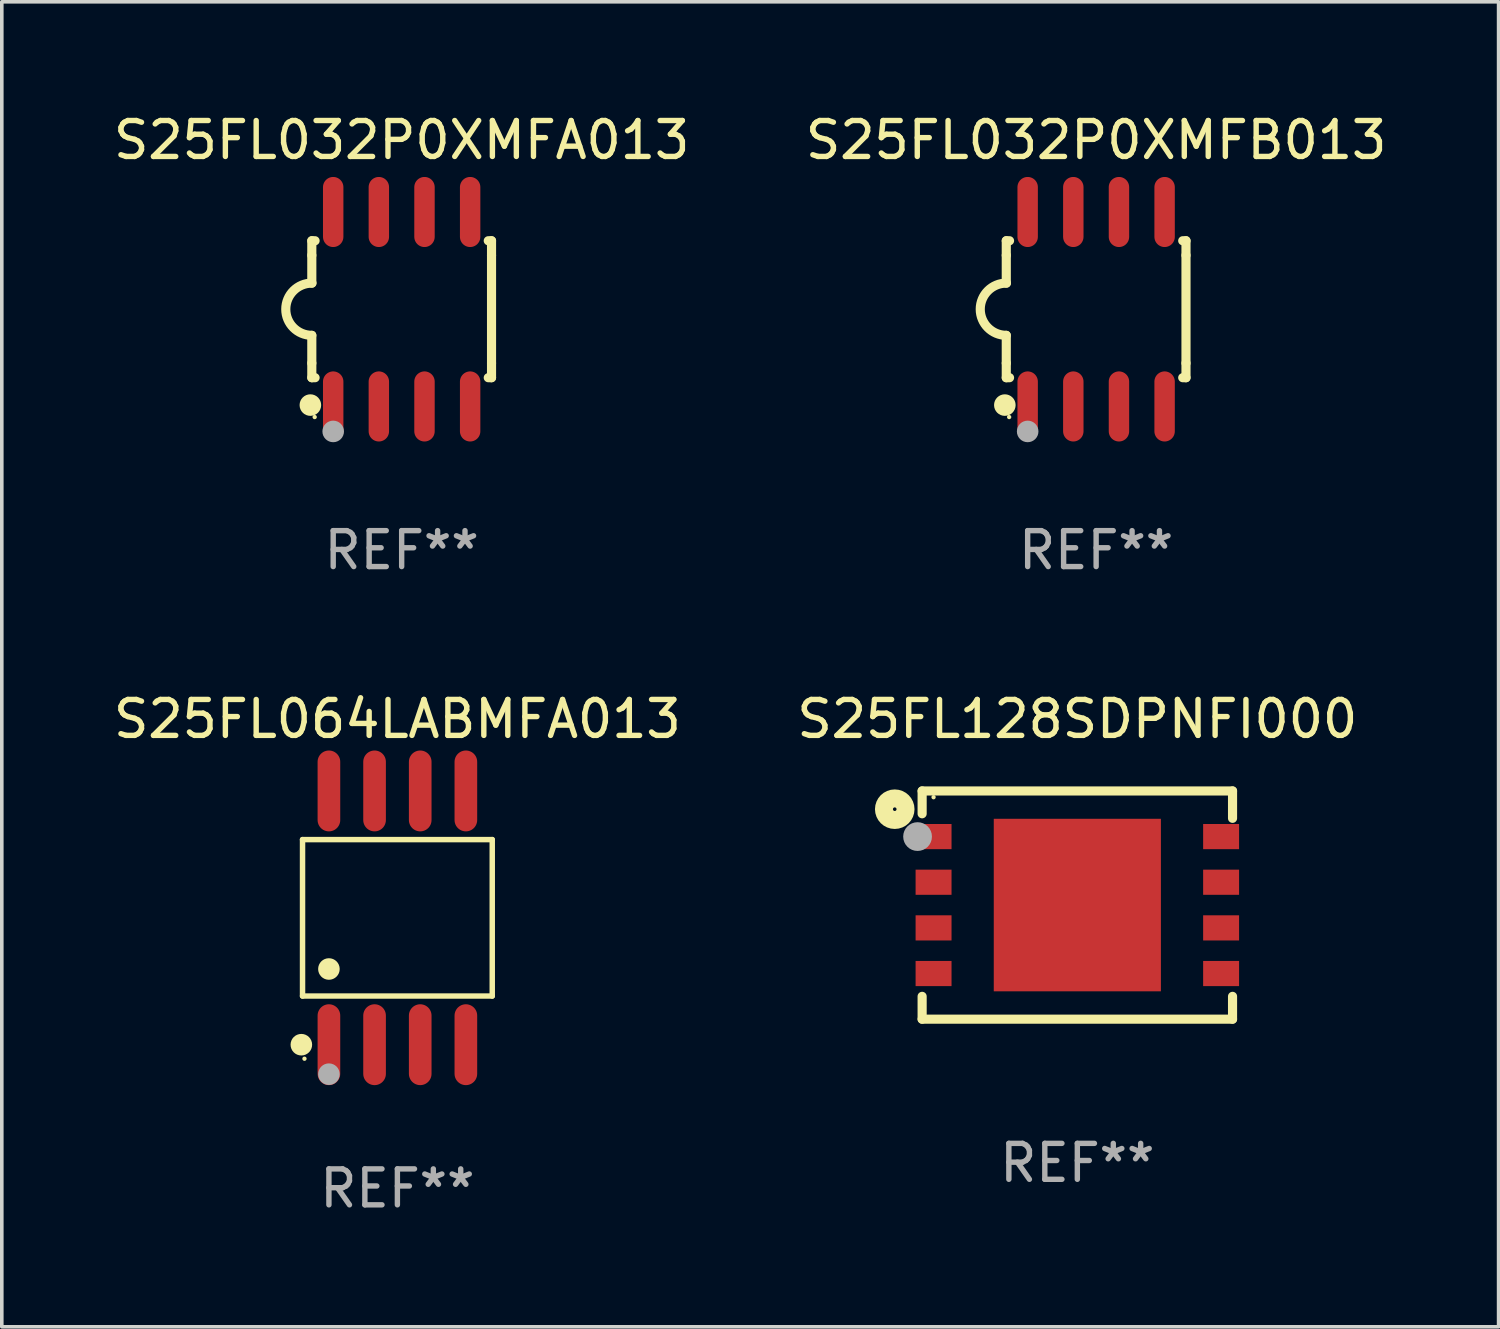
<source format=kicad_pcb>
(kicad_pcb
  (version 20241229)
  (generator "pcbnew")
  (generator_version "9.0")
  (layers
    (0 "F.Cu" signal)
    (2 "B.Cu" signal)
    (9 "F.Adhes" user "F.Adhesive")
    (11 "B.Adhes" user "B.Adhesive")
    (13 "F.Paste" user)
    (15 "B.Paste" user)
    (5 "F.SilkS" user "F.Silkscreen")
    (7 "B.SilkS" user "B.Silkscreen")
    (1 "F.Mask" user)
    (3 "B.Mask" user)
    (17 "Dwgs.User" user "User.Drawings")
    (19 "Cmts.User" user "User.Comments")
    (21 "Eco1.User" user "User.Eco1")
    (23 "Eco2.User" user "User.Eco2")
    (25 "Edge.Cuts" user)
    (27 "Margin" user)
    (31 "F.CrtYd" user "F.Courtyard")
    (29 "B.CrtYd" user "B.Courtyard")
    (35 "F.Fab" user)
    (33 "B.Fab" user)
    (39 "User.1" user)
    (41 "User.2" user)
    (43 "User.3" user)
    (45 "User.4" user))
  (footprint "S25FL128SDPNFI000"
    (layer "F.Cu")
    (at 26.923 22.13)
    (property "Reference" "S25FL128SDPNFI000" (at 0 -5.175 0) (layer "F.SilkS") (effects (font (size 1 1) (thickness 0.15))))
    (attr through_hole)
    (fp_line (start -4.318 -3.175) (end 4.318 -3.175) (stroke (width 0.254) (type solid)) (layer "F.SilkS"))
    (fp_line (start -4.318 -2.54) (end -4.318 -3.175) (stroke (width 0.254) (type solid)) (layer "F.SilkS"))
    (fp_line (start -4.318 2.54) (end -4.318 3.175) (stroke (width 0.254) (type solid)) (layer "F.SilkS"))
    (fp_line (start -4.318 3.175) (end 4.318 3.175) (stroke (width 0.254) (type solid)) (layer "F.SilkS"))
    (fp_line (start 4.318 -3.175) (end 4.318 -2.413) (stroke (width 0.254) (type solid)) (layer "F.SilkS"))
    (fp_line (start 4.318 3.175) (end 4.318 2.54) (stroke (width 0.254) (type solid)) (layer "F.SilkS"))
    (fp_circle (center -5.08 -2.667) (end -4.78 -2.667) (stroke (width 0.5) (type solid)) (fill no) (layer "F.SilkS"))
    (fp_circle (center -4 -3) (end -3.97 -3) (stroke (width 0.06) (type solid)) (fill no) (layer "F.SilkS"))
    (fp_circle (center -4.445 -1.905) (end -4.245 -1.905) (stroke (width 0.4) (type solid)) (fill no) (layer "F.Fab"))
    (fp_text user "REF**" (at 0 7.175 0) (layer "F.Fab") (effects (font (size 1 1) (thickness 0.15))))
    (pad "1" smd rect (at -4 -1.905 270) (size 0.7 1) (layers "F.Cu" "F.Mask" "F.Paste"))
    (pad "2" smd rect (at -4 -0.635 270) (size 0.7 1) (layers "F.Cu" "F.Mask" "F.Paste"))
    (pad "3" smd rect (at -4 0.635 270) (size 0.7 1) (layers "F.Cu" "F.Mask" "F.Paste"))
    (pad "4" smd rect (at -4 1.905 270) (size 0.7 1) (layers "F.Cu" "F.Mask" "F.Paste"))
    (pad "5" smd rect (at 4 1.905 90) (size 0.7 1) (layers "F.Cu" "F.Mask" "F.Paste"))
    (pad "6" smd rect (at 4 0.635 90) (size 0.7 1) (layers "F.Cu" "F.Mask" "F.Paste"))
    (pad "7" smd rect (at 4 -0.635 90) (size 0.7 1) (layers "F.Cu" "F.Mask" "F.Paste"))
    (pad "8" smd rect (at 4 -1.905 90) (size 0.7 1) (layers "F.Cu" "F.Mask" "F.Paste"))
    (pad "9" smd rect (at 0 0 180) (size 4.65 4.8) (layers "F.Cu" "F.Mask" "F.Paste")))
  (footprint "S25FL032P0XMFA013"
    (layer "F.Cu")
    (at 8.125 5.553)
    (property "Reference" "S25FL032P0XMFA013" (at 0 -4.705 0) (layer "F.SilkS") (effects (font (size 1 1) (thickness 0.15))))
    (attr through_hole)
    (fp_line (start -2.5 -1.905) (end -2.409 -1.905) (stroke (width 0.254) (type solid)) (layer "F.SilkS"))
    (fp_line (start -2.5 -1.5) (end -2.5 -1.905) (stroke (width 0.254) (type solid)) (layer "F.SilkS"))
    (fp_line (start -2.5 -1.5) (end -2.5 -0.726) (stroke (width 0.254) (type solid)) (layer "F.SilkS"))
    (fp_line (start -2.5 1.5) (end -2.5 0.727) (stroke (width 0.254) (type solid)) (layer "F.SilkS"))
    (fp_line (start -2.5 1.5) (end -2.5 1.905) (stroke (width 0.254) (type solid)) (layer "F.SilkS"))
    (fp_line (start -2.5 1.905) (end -2.409 1.905) (stroke (width 0.254) (type solid)) (layer "F.SilkS"))
    (fp_line (start 2.5 -1.905) (end 2.409 -1.905) (stroke (width 0.254) (type solid)) (layer "F.SilkS"))
    (fp_line (start 2.5 -1.5) (end 2.5 -1.905) (stroke (width 0.254) (type solid)) (layer "F.SilkS"))
    (fp_line (start 2.5 -1.5) (end 2.5 1.5) (stroke (width 0.254) (type solid)) (layer "F.SilkS"))
    (fp_line (start 2.5 1.5) (end 2.5 1.905) (stroke (width 0.254) (type solid)) (layer "F.SilkS"))
    (fp_line (start 2.5 1.905) (end 2.409 1.905) (stroke (width 0.254) (type solid)) (layer "F.SilkS"))
    (fp_arc (start -2.5 0.726568) (mid -3.220316 -0.0023) (end -2.495097 -0.726289) (stroke (width 0.254001) (type solid)) (layer "F.SilkS"))
    (fp_circle (center -2.54 2.667) (end -2.39 2.667) (stroke (width 0.3) (type solid)) (fill no) (layer "F.SilkS"))
    (fp_circle (center -2.42 3) (end -2.39 3) (stroke (width 0.06) (type solid)) (fill no) (layer "F.SilkS"))
    (fp_circle (center -1.905 3.4) (end -1.755 3.4) (stroke (width 0.3) (type solid)) (fill no) (layer "F.Fab"))
    (fp_text user "REF**" (at 0 6.705 0) (layer "F.Fab") (effects (font (size 1 1) (thickness 0.15))))
    (pad "1" smd oval (at -1.905 2.705) (size 0.568 1.95) (layers "F.Cu" "F.Mask" "F.Paste"))
    (pad "2" smd oval (at -0.635 2.705) (size 0.568 1.95) (layers "F.Cu" "F.Mask" "F.Paste"))
    (pad "3" smd oval (at 0.635 2.705) (size 0.568 1.95) (layers "F.Cu" "F.Mask" "F.Paste"))
    (pad "4" smd oval (at 1.905 2.705) (size 0.568 1.95) (layers "F.Cu" "F.Mask" "F.Paste"))
    (pad "5" smd oval (at 1.905 -2.705) (size 0.568 1.95) (layers "F.Cu" "F.Mask" "F.Paste"))
    (pad "6" smd oval (at 0.635 -2.705) (size 0.568 1.95) (layers "F.Cu" "F.Mask" "F.Paste"))
    (pad "7" smd oval (at -0.635 -2.705) (size 0.568 1.95) (layers "F.Cu" "F.Mask" "F.Paste"))
    (pad "8" smd oval (at -1.905 -2.705) (size 0.568 1.95) (layers "F.Cu" "F.Mask" "F.Paste")))
  (footprint "S25FL032P0XMFB013"
    (layer "F.Cu")
    (at 27.446 5.553)
    (property "Reference" "S25FL032P0XMFB013" (at 0 -4.705 0) (layer "F.SilkS") (effects (font (size 1 1) (thickness 0.15))))
    (attr through_hole)
    (fp_line (start -2.5 -1.905) (end -2.409 -1.905) (stroke (width 0.254) (type solid)) (layer "F.SilkS"))
    (fp_line (start -2.5 -1.5) (end -2.5 -1.905) (stroke (width 0.254) (type solid)) (layer "F.SilkS"))
    (fp_line (start -2.5 -1.5) (end -2.5 -0.726) (stroke (width 0.254) (type solid)) (layer "F.SilkS"))
    (fp_line (start -2.5 1.5) (end -2.5 0.727) (stroke (width 0.254) (type solid)) (layer "F.SilkS"))
    (fp_line (start -2.5 1.5) (end -2.5 1.905) (stroke (width 0.254) (type solid)) (layer "F.SilkS"))
    (fp_line (start -2.5 1.905) (end -2.409 1.905) (stroke (width 0.254) (type solid)) (layer "F.SilkS"))
    (fp_line (start 2.5 -1.905) (end 2.409 -1.905) (stroke (width 0.254) (type solid)) (layer "F.SilkS"))
    (fp_line (start 2.5 -1.5) (end 2.5 -1.905) (stroke (width 0.254) (type solid)) (layer "F.SilkS"))
    (fp_line (start 2.5 -1.5) (end 2.5 1.5) (stroke (width 0.254) (type solid)) (layer "F.SilkS"))
    (fp_line (start 2.5 1.5) (end 2.5 1.905) (stroke (width 0.254) (type solid)) (layer "F.SilkS"))
    (fp_line (start 2.5 1.905) (end 2.409 1.905) (stroke (width 0.254) (type solid)) (layer "F.SilkS"))
    (fp_arc (start -2.5 0.726568) (mid -3.220316 -0.0023) (end -2.495097 -0.726289) (stroke (width 0.254001) (type solid)) (layer "F.SilkS"))
    (fp_circle (center -2.54 2.667) (end -2.39 2.667) (stroke (width 0.3) (type solid)) (fill no) (layer "F.SilkS"))
    (fp_circle (center -2.42 3) (end -2.39 3) (stroke (width 0.06) (type solid)) (fill no) (layer "F.SilkS"))
    (fp_circle (center -1.905 3.4) (end -1.755 3.4) (stroke (width 0.3) (type solid)) (fill no) (layer "F.Fab"))
    (fp_text user "REF**" (at 0 6.705 0) (layer "F.Fab") (effects (font (size 1 1) (thickness 0.15))))
    (pad "1" smd oval (at -1.905 2.705) (size 0.568 1.95) (layers "F.Cu" "F.Mask" "F.Paste"))
    (pad "2" smd oval (at -0.635 2.705) (size 0.568 1.95) (layers "F.Cu" "F.Mask" "F.Paste"))
    (pad "3" smd oval (at 0.635 2.705) (size 0.568 1.95) (layers "F.Cu" "F.Mask" "F.Paste"))
    (pad "4" smd oval (at 1.905 2.705) (size 0.568 1.95) (layers "F.Cu" "F.Mask" "F.Paste"))
    (pad "5" smd oval (at 1.905 -2.705) (size 0.568 1.95) (layers "F.Cu" "F.Mask" "F.Paste"))
    (pad "6" smd oval (at 0.635 -2.705) (size 0.568 1.95) (layers "F.Cu" "F.Mask" "F.Paste"))
    (pad "7" smd oval (at -0.635 -2.705) (size 0.568 1.95) (layers "F.Cu" "F.Mask" "F.Paste"))
    (pad "8" smd oval (at -1.905 -2.705) (size 0.568 1.95) (layers "F.Cu" "F.Mask" "F.Paste")))
  (footprint "S25FL064LABMFA013"
    (layer "F.Cu")
    (at 8.006 22.485)
    (property "Reference" "S25FL064LABMFA013" (at 0 -5.53 0) (layer "F.SilkS") (effects (font (size 1 1) (thickness 0.15))))
    (attr through_hole)
    (fp_line (start -2.639 -2.176) (end 2.639 -2.176) (stroke (width 0.152) (type solid)) (layer "F.SilkS"))
    (fp_line (start -2.639 2.176) (end -2.639 -2.176) (stroke (width 0.152) (type solid)) (layer "F.SilkS"))
    (fp_line (start 2.639 -2.176) (end 2.639 2.176) (stroke (width 0.152) (type solid)) (layer "F.SilkS"))
    (fp_line (start 2.639 2.176) (end -2.639 2.176) (stroke (width 0.152) (type solid)) (layer "F.SilkS"))
    (fp_circle (center -2.672 3.53) (end -2.522 3.53) (stroke (width 0.3) (type solid)) (fill no) (layer "F.SilkS"))
    (fp_circle (center -2.585 3.92) (end -2.555 3.92) (stroke (width 0.06) (type solid)) (fill no) (layer "F.SilkS"))
    (fp_circle (center -1.905 1.424) (end -1.755 1.424) (stroke (width 0.3) (type solid)) (fill no) (layer "F.SilkS"))
    (fp_circle (center -1.905 4.35) (end -1.755 4.35) (stroke (width 0.3) (type solid)) (fill no) (layer "F.Fab"))
    (fp_text user "REF**" (at 0 7.53 0) (layer "F.Fab") (effects (font (size 1 1) (thickness 0.15))))
    (pad "1" smd oval (at -1.905 3.53) (size 0.63 2.25) (layers "F.Cu" "F.Mask" "F.Paste"))
    (pad "2" smd oval (at -0.635 3.53) (size 0.63 2.25) (layers "F.Cu" "F.Mask" "F.Paste"))
    (pad "3" smd oval (at 0.635 3.53) (size 0.63 2.25) (layers "F.Cu" "F.Mask" "F.Paste"))
    (pad "4" smd oval (at 1.905 3.53) (size 0.63 2.25) (layers "F.Cu" "F.Mask" "F.Paste"))
    (pad "5" smd oval (at 1.905 -3.53) (size 0.63 2.25) (layers "F.Cu" "F.Mask" "F.Paste"))
    (pad "6" smd oval (at 0.635 -3.53) (size 0.63 2.25) (layers "F.Cu" "F.Mask" "F.Paste"))
    (pad "7" smd oval (at -0.635 -3.53) (size 0.63 2.25) (layers "F.Cu" "F.Mask" "F.Paste"))
    (pad "8" smd oval (at -1.905 -3.53) (size 0.63 2.25) (layers "F.Cu" "F.Mask" "F.Paste")))
  (gr_rect
    (start -3 -3)
    (end 38.643 33.863)
    (stroke (width 0.1) (type default))
    (fill no)
    (layer "Edge.Cuts")))
</source>
